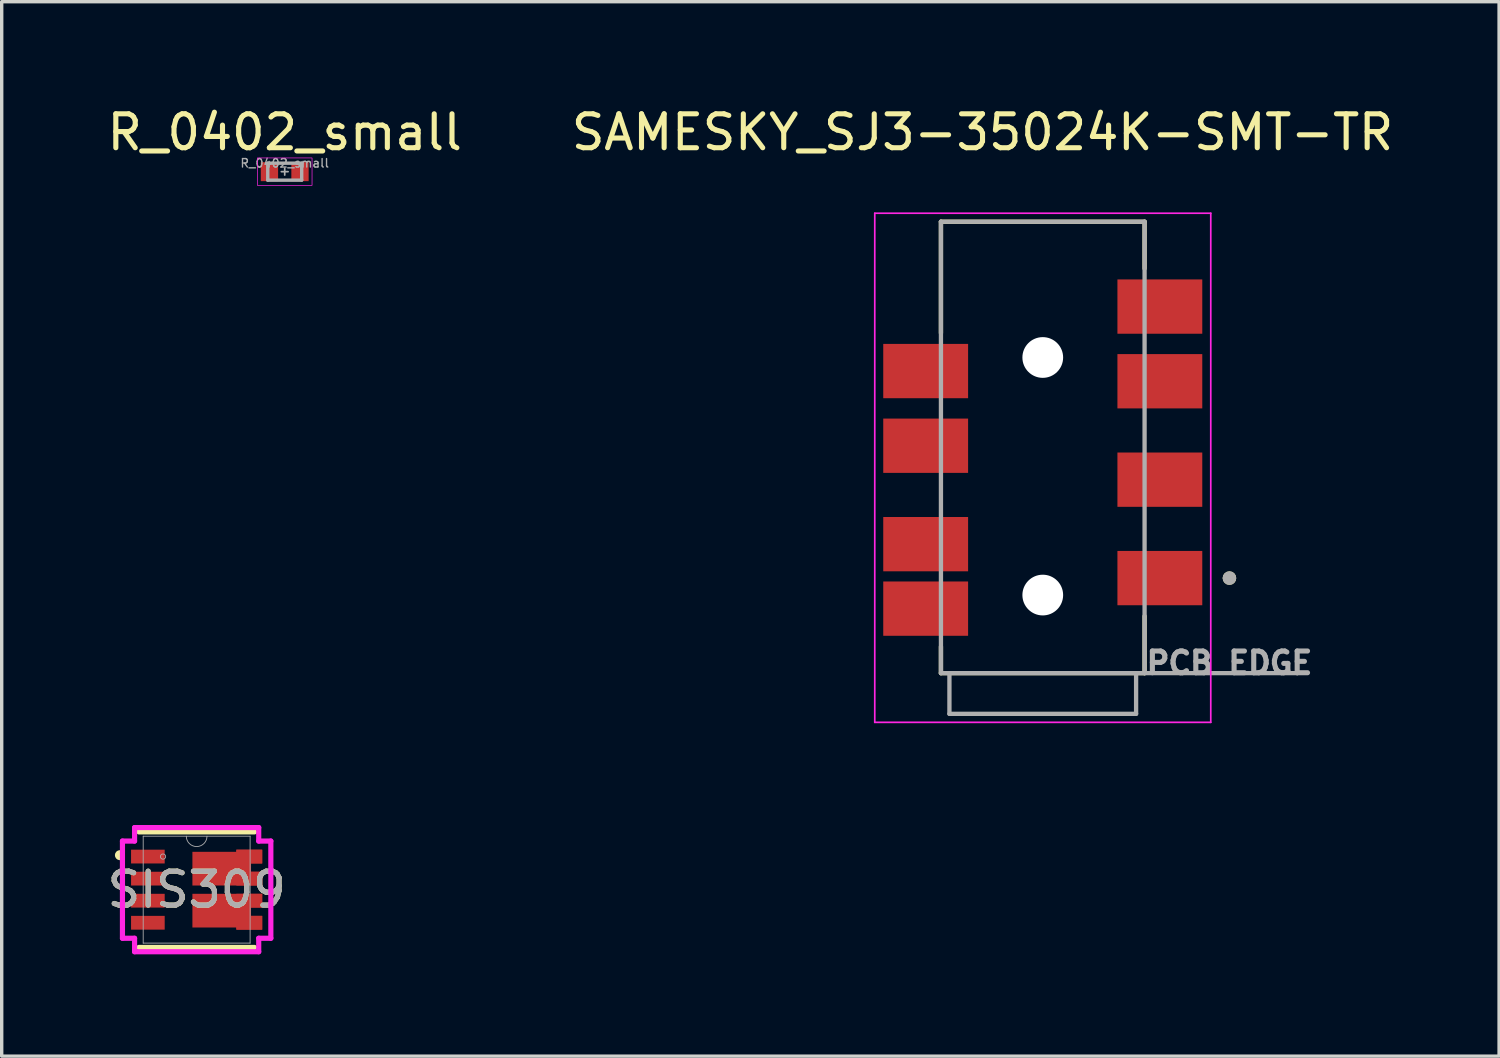
<source format=kicad_pcb>
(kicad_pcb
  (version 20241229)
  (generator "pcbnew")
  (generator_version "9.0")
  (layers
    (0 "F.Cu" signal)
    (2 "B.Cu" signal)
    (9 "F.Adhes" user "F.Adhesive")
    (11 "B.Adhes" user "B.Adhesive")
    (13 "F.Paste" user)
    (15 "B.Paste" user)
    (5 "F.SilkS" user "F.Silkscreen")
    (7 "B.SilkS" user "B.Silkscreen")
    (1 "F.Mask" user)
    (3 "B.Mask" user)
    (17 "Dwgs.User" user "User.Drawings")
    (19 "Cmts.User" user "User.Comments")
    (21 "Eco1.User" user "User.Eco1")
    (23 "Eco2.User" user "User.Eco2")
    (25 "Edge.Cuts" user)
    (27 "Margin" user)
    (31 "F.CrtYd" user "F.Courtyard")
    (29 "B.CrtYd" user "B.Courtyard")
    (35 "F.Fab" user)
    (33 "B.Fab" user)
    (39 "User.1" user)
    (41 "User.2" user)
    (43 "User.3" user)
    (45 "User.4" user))
  (footprint "SIS309"
    (layer "F.Cu")
    (at 2.744 23.163)
    (property "Reference" "SIS309" (at 0 0 0) (unlocked yes) (layer "F.SilkS") (effects (font (size 1 1) (thickness 0.15))))
    (attr smd)
    (fp_poly (pts (xy -0.125 -1.115) (xy 1.17 -1.115) (xy 1.17 -1.178) (xy 1.932 -1.178) (xy 1.932 -0.772) (xy 1.602 -0.772) (xy 1.602 -0.528) (xy 1.932 -0.528) (xy 1.932 -0.122) (xy -0.125 -0.122)) (stroke (width 0) (type solid)) (fill yes) (layer "F.Cu"))
    (fp_poly (pts (xy -0.125 1.115) (xy 1.17 1.115) (xy 1.17 1.178) (xy 1.932 1.178) (xy 1.932 0.772) (xy 1.602 0.772) (xy 1.602 0.528) (xy 1.932 0.528) (xy 1.932 0.122) (xy -0.125 0.122)) (stroke (width 0) (type solid)) (fill yes) (layer "F.Cu"))
    (fp_poly (pts (xy -0.125 -1.115) (xy 1.17 -1.115) (xy 1.17 -1.178) (xy 1.932 -1.178) (xy 1.932 -0.772) (xy 1.602 -0.772) (xy 1.602 -0.528) (xy 1.932 -0.528) (xy 1.932 -0.122) (xy -0.125 -0.122)) (stroke (width 0) (type solid)) (fill yes) (layer "F.Mask"))
    (fp_poly (pts (xy -0.125 1.115) (xy 1.17 1.115) (xy 1.17 1.178) (xy 1.932 1.178) (xy 1.932 0.772) (xy 1.602 0.772) (xy 1.602 0.528) (xy 1.932 0.528) (xy 1.932 0.122) (xy -0.125 0.122)) (stroke (width 0) (type solid)) (fill yes) (layer "F.Mask"))
    (fp_line (start -1.702 -1.702) (end 1.702 -1.702) (stroke (width 0.152) (type solid)) (layer "F.SilkS"))
    (fp_line (start 1.702 1.702) (end -1.702 1.702) (stroke (width 0.152) (type solid)) (layer "F.SilkS"))
    (fp_arc (start -2.298042 -1.077314) (mid -2.216167 -0.959547) (end -2.3114 -1.0668) (stroke (width 0.1524) (type solid)) (layer "F.SilkS"))
    (fp_poly (pts (xy -0.125 -1.115) (xy 1.17 -1.115) (xy 1.17 -1.178) (xy 1.932 -1.178) (xy 1.932 -0.772) (xy 1.602 -0.772) (xy 1.602 -0.528) (xy 1.932 -0.528) (xy 1.932 -0.122) (xy -0.125 -0.122)) (stroke (width 0) (type solid)) (fill yes) (layer "F.Paste"))
    (fp_poly (pts (xy -0.125 1.115) (xy 1.17 1.115) (xy 1.17 1.178) (xy 1.932 1.178) (xy 1.932 0.772) (xy 1.602 0.772) (xy 1.602 0.528) (xy 1.932 0.528) (xy 1.932 0.122) (xy -0.125 0.122)) (stroke (width 0) (type solid)) (fill yes) (layer "F.Paste"))
    (fp_line (start -2.186 -1.432) (end -2.186 1.432) (stroke (width 0.152) (type solid)) (layer "F.CrtYd"))
    (fp_line (start -2.186 1.432) (end -1.829 1.432) (stroke (width 0.152) (type solid)) (layer "F.CrtYd"))
    (fp_line (start -1.829 -1.829) (end -1.829 -1.432) (stroke (width 0.152) (type solid)) (layer "F.CrtYd"))
    (fp_line (start -1.829 -1.432) (end -2.186 -1.432) (stroke (width 0.152) (type solid)) (layer "F.CrtYd"))
    (fp_line (start -1.829 1.432) (end -1.829 1.829) (stroke (width 0.152) (type solid)) (layer "F.CrtYd"))
    (fp_line (start -1.829 1.829) (end 1.829 1.829) (stroke (width 0.152) (type solid)) (layer "F.CrtYd"))
    (fp_line (start 1.829 -1.829) (end -1.829 -1.829) (stroke (width 0.152) (type solid)) (layer "F.CrtYd"))
    (fp_line (start 1.829 -1.432) (end 1.829 -1.829) (stroke (width 0.152) (type solid)) (layer "F.CrtYd"))
    (fp_line (start 1.829 1.432) (end 2.186 1.432) (stroke (width 0.152) (type solid)) (layer "F.CrtYd"))
    (fp_line (start 1.829 1.829) (end 1.829 1.432) (stroke (width 0.152) (type solid)) (layer "F.CrtYd"))
    (fp_line (start 2.186 -1.432) (end 1.829 -1.432) (stroke (width 0.152) (type solid)) (layer "F.CrtYd"))
    (fp_line (start 2.186 1.432) (end 2.186 -1.432) (stroke (width 0.152) (type solid)) (layer "F.CrtYd"))
    (fp_line (start -1.575 -1.575) (end -1.575 1.575) (stroke (width 0.025) (type solid)) (layer "F.Fab"))
    (fp_line (start -1.575 1.575) (end 1.575 1.575) (stroke (width 0.025) (type solid)) (layer "F.Fab"))
    (fp_line (start 1.575 -1.575) (end -1.575 -1.575) (stroke (width 0.025) (type solid)) (layer "F.Fab"))
    (fp_line (start 1.575 1.575) (end 1.575 -1.575) (stroke (width 0.025) (type solid)) (layer "F.Fab"))
    (fp_arc (start 0.3048 -1.5748) (mid 0 -1.27) (end -0.3048 -1.5748) (stroke (width 0.0254) (type solid)) (layer "F.Fab"))
    (fp_circle (center -0.991 -0.975) (end -0.914 -0.975) (stroke (width 0.025) (type solid)) (fill no) (layer "F.Fab"))
    (fp_text user "${REFERENCE}" (at 0 0 0) (unlocked yes) (layer "F.Fab") (effects (font (size 1 1) (thickness 0.15))))
    (pad "1" smd rect (at -1.437 -0.975) (size 0.991 0.406) (layers "F.Cu" "F.Mask" "F.Paste"))
    (pad "2" smd rect (at -1.437 -0.325) (size 0.991 0.406) (layers "F.Cu" "F.Mask" "F.Paste"))
    (pad "3" smd rect (at -1.437 0.325) (size 0.991 0.406) (layers "F.Cu" "F.Mask" "F.Paste"))
    (pad "4" smd rect (at -1.437 0.975) (size 0.991 0.406) (layers "F.Cu" "F.Mask" "F.Paste"))
    (pad "5" smd rect (at 1.551 0.975) (size 0.762 0.406) (layers "F.Cu" "F.Mask" "F.Paste"))
    (pad "6" smd rect (at 1.551 0.325) (size 0.762 0.406) (layers "F.Cu" "F.Mask" "F.Paste"))
    (pad "7" smd rect (at 1.551 -0.325) (size 0.762 0.406) (layers "F.Cu" "F.Mask" "F.Paste"))
    (pad "8" smd rect (at 1.551 -0.975) (size 0.762 0.406) (layers "F.Cu" "F.Mask" "F.Paste")))
  (footprint "SAMESKY_SJ3-35024K-SMT-TR"
    (layer "F.Cu")
    (at 31.124 13.983)
    (property "Reference" "SAMESKY_SJ3-35024K-SMT-TR" (at -5.225 -13.135 0) (layer "F.SilkS") (effects (font (size 1 1) (thickness 0.15))))
    (attr smd)
    (fp_line (start -6.45 -7.22) (end -6.45 -10.5) (stroke (width 0.127) (type solid)) (layer "F.SilkS"))
    (fp_line (start -6.45 2.8) (end -6.45 2.02) (stroke (width 0.127) (type solid)) (layer "F.SilkS"))
    (fp_line (start -0.45 -10.5) (end -6.45 -10.5) (stroke (width 0.127) (type solid)) (layer "F.SilkS"))
    (fp_line (start -0.45 -9.12) (end -0.45 -10.5) (stroke (width 0.127) (type solid)) (layer "F.SilkS"))
    (fp_line (start -0.45 1.12) (end -0.45 2.8) (stroke (width 0.127) (type solid)) (layer "F.SilkS"))
    (fp_line (start -0.45 2.8) (end -6.45 2.8) (stroke (width 0.127) (type solid)) (layer "F.SilkS"))
    (fp_circle (center 2.05 0) (end 2.15 0) (stroke (width 0.2) (type solid)) (fill no) (layer "F.SilkS"))
    (fp_line (start -8.4 -10.75) (end -8.4 4.25) (stroke (width 0.05) (type solid)) (layer "F.CrtYd"))
    (fp_line (start -8.4 4.25) (end 1.5 4.25) (stroke (width 0.05) (type solid)) (layer "F.CrtYd"))
    (fp_line (start 1.5 -10.75) (end -8.4 -10.75) (stroke (width 0.05) (type solid)) (layer "F.CrtYd"))
    (fp_line (start 1.5 4.25) (end 1.5 -10.75) (stroke (width 0.05) (type solid)) (layer "F.CrtYd"))
    (fp_line (start -6.45 2.8) (end -6.45 -10.5) (stroke (width 0.127) (type solid)) (layer "F.Fab"))
    (fp_line (start -6.2 2.8) (end -6.45 2.8) (stroke (width 0.127) (type solid)) (layer "F.Fab"))
    (fp_line (start -6.2 4) (end -6.2 2.8) (stroke (width 0.127) (type solid)) (layer "F.Fab"))
    (fp_line (start -0.7 2.8) (end -6.2 2.8) (stroke (width 0.127) (type solid)) (layer "F.Fab"))
    (fp_line (start -0.7 4) (end -6.2 4) (stroke (width 0.127) (type solid)) (layer "F.Fab"))
    (fp_line (start -0.7 4) (end -0.7 2.8) (stroke (width 0.127) (type solid)) (layer "F.Fab"))
    (fp_line (start -0.45 -10.5) (end -6.45 -10.5) (stroke (width 0.127) (type solid)) (layer "F.Fab"))
    (fp_line (start -0.45 -10.5) (end -0.45 2.8) (stroke (width 0.127) (type solid)) (layer "F.Fab"))
    (fp_line (start -0.45 2.8) (end -0.7 2.8) (stroke (width 0.127) (type solid)) (layer "F.Fab"))
    (fp_line (start 4.05 2.8) (end -0.45 2.8) (stroke (width 0.127) (type solid)) (layer "F.Fab"))
    (fp_circle (center 2.05 0) (end 2.15 0) (stroke (width 0.2) (type solid)) (fill no) (layer "F.Fab"))
    (fp_text user "PCB EDGE" (at 2.05 2.5 0) (layer "F.Fab") (effects (font (size 0.64 0.64) (thickness 0.15))))
    (pad "" np_thru_hole circle (at -3.45 -6.5) (size 1.2 1.2) (drill 1.2) (layers "*.Cu" "*.Mask"))
    (pad "" np_thru_hole circle (at -3.45 0.5) (size 1.2 1.2) (drill 1.2) (layers "*.Cu" "*.Mask"))
    (pad "1" smd rect (at 0 0) (size 2.5 1.6) (layers "F.Cu" "F.Mask" "F.Paste"))
    (pad "2" smd rect (at 0 -2.9) (size 2.5 1.6) (layers "F.Cu" "F.Mask" "F.Paste"))
    (pad "3" smd rect (at 0 -5.8) (size 2.5 1.6) (layers "F.Cu" "F.Mask" "F.Paste"))
    (pad "4" smd rect (at 0 -8) (size 2.5 1.6) (layers "F.Cu" "F.Mask" "F.Paste"))
    (pad "5" smd rect (at -6.9 0.9) (size 2.5 1.6) (layers "F.Cu" "F.Mask" "F.Paste"))
    (pad "6" smd rect (at -6.9 -1) (size 2.5 1.6) (layers "F.Cu" "F.Mask" "F.Paste"))
    (pad "7" smd rect (at -6.9 -3.9) (size 2.5 1.6) (layers "F.Cu" "F.Mask" "F.Paste"))
    (pad "8" smd rect (at -6.9 -6.1) (size 2.5 1.6) (layers "F.Cu" "F.Mask" "F.Paste")))
  (footprint "R_0402_small"
    (layer "F.Cu")
    (at 5.339 2.008)
    (property "Reference" "R_0402_small" (at 0 -1.16 0) (layer "F.SilkS") (effects (font (size 1 1) (thickness 0.15))))
    (attr smd)
    (fp_rect (start -0.805 -0.405) (end 0.805 0.405) (stroke (width 0.02) (type solid)) (fill no) (layer "F.CrtYd"))
    (fp_line (start -0.5 -0.25) (end 0.5 -0.25) (stroke (width 0.1) (type solid)) (layer "F.Fab"))
    (fp_line (start -0.5 0.25) (end -0.5 -0.25) (stroke (width 0.1) (type solid)) (layer "F.Fab"))
    (fp_line (start -0.1 0) (end 0.1 0) (stroke (width 0.05) (type solid)) (layer "F.Fab"))
    (fp_line (start 0 0.1) (end 0 -0.1) (stroke (width 0.05) (type solid)) (layer "F.Fab"))
    (fp_line (start 0.5 -0.25) (end 0.5 0.25) (stroke (width 0.1) (type solid)) (layer "F.Fab"))
    (fp_line (start 0.5 0.25) (end -0.5 0.25) (stroke (width 0.1) (type solid)) (layer "F.Fab"))
    (fp_text user "${REFERENCE}" (at 0 -0.25 0) (layer "F.Fab") (effects (font (size 0.25 0.25) (thickness 0.04))))
    (pad "1" smd rect (at -0.45 0) (size 0.51 0.56) (layers "F.Cu" "F.Mask" "F.Paste"))
    (pad "2" smd rect (at 0.45 0) (size 0.51 0.56) (layers "F.Cu" "F.Mask" "F.Paste")))
  (gr_rect
    (start -3 -3)
    (end 41.119 28.068)
    (stroke (width 0.1) (type default))
    (fill no)
    (layer "Edge.Cuts")))
</source>
